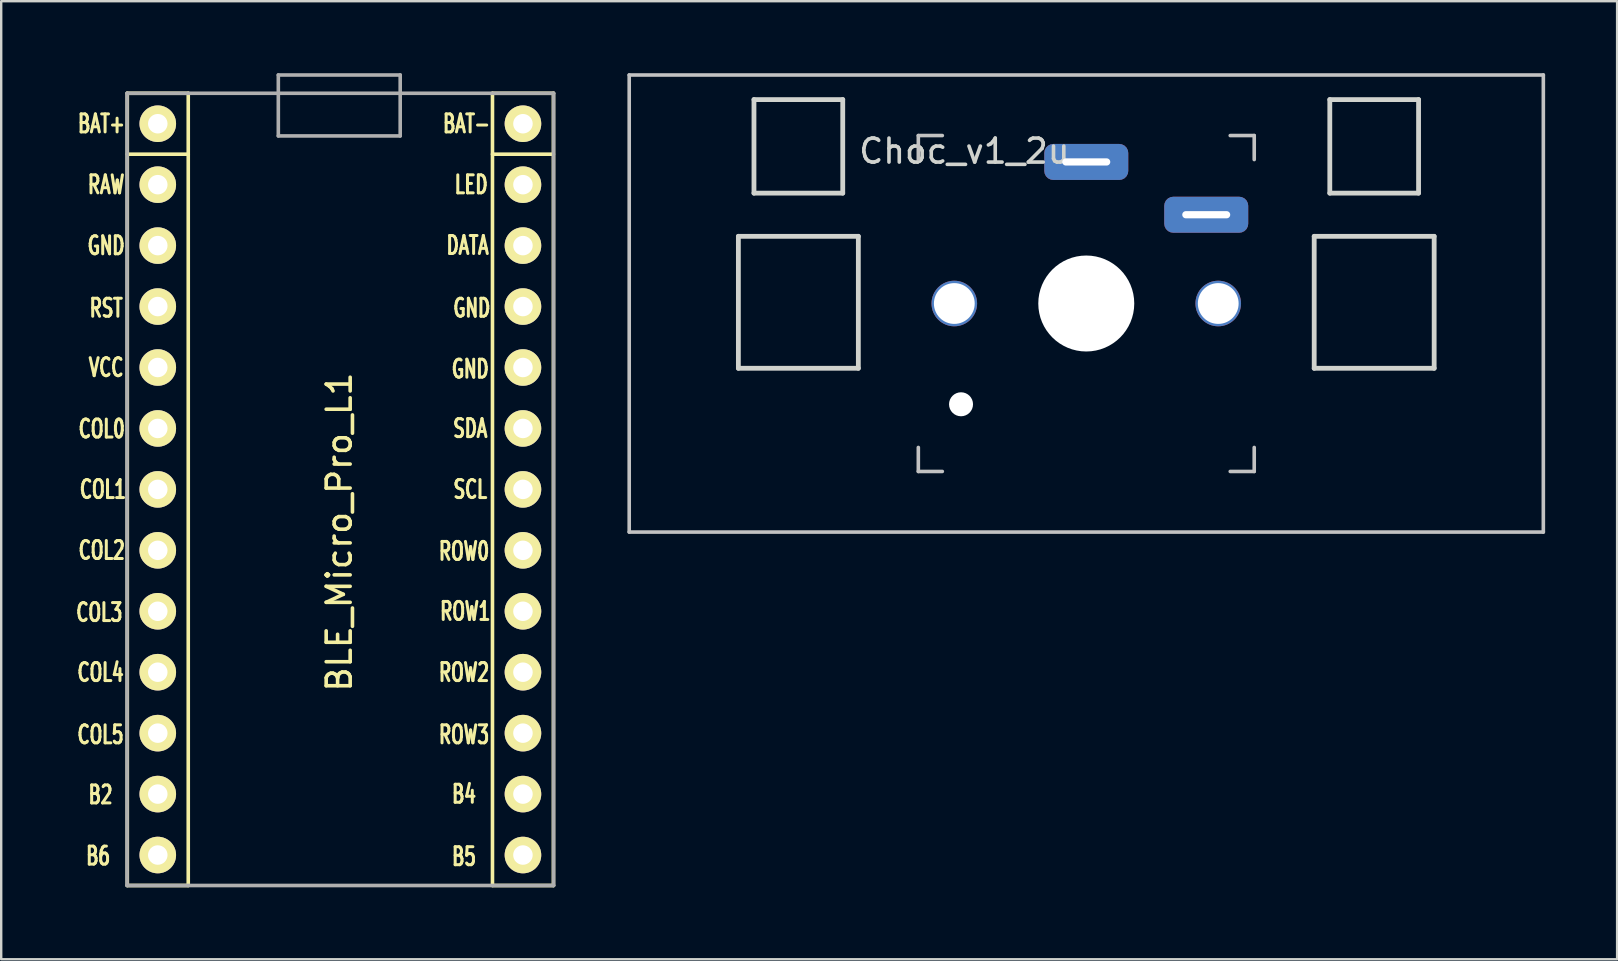
<source format=kicad_pcb>
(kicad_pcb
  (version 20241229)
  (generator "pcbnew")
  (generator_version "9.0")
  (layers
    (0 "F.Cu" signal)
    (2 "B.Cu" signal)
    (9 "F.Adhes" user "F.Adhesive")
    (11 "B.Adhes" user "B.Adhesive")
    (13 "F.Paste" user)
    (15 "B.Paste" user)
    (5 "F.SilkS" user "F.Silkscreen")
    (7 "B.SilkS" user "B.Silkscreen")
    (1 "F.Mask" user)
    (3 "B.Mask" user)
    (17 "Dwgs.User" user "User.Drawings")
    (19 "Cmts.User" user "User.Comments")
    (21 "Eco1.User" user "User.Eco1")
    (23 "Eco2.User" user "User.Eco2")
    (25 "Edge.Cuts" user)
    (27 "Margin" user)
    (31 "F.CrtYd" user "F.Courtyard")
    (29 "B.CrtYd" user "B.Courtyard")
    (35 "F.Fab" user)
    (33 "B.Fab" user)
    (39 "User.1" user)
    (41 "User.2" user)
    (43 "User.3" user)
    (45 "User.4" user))
  (footprint "Choc_v1_2u"
    (layer "F.Cu")
    (at 42.225 9.6)
    (property "Reference" "Choc_v1_2u" (at -5.08 -6.35 180) (layer "Edge.Cuts") (effects (font (size 1 1) (thickness 0.15))))
    (attr through_hole)
    (fp_line (start -19.05 -9.525) (end 19.05 -9.525) (stroke (width 0.15) (type solid)) (layer "Dwgs.User"))
    (fp_line (start -19.05 9.525) (end -19.05 -9.525) (stroke (width 0.15) (type solid)) (layer "Dwgs.User"))
    (fp_line (start -7 -7) (end -6 -7) (stroke (width 0.15) (type solid)) (layer "Dwgs.User"))
    (fp_line (start -7 -6) (end -7 -7) (stroke (width 0.15) (type solid)) (layer "Dwgs.User"))
    (fp_line (start -7 7) (end -7 6) (stroke (width 0.15) (type solid)) (layer "Dwgs.User"))
    (fp_line (start -6 7) (end -7 7) (stroke (width 0.15) (type solid)) (layer "Dwgs.User"))
    (fp_line (start 6 7) (end 7 7) (stroke (width 0.15) (type solid)) (layer "Dwgs.User"))
    (fp_line (start 7 -7) (end 6 -7) (stroke (width 0.15) (type solid)) (layer "Dwgs.User"))
    (fp_line (start 7 -6) (end 7 -7) (stroke (width 0.15) (type solid)) (layer "Dwgs.User"))
    (fp_line (start 7 7) (end 7 6) (stroke (width 0.15) (type solid)) (layer "Dwgs.User"))
    (fp_line (start 19.05 -9.525) (end 19.05 9.525) (stroke (width 0.15) (type solid)) (layer "Dwgs.User"))
    (fp_line (start 19.05 9.525) (end -19.05 9.525) (stroke (width 0.15) (type solid)) (layer "Dwgs.User"))
    (fp_line (start -14.5 -2.8) (end -9.5 -2.8) (stroke (width 0.2) (type solid)) (layer "Edge.Cuts"))
    (fp_line (start -14.5 2.7) (end -14.5 -2.8) (stroke (width 0.2) (type solid)) (layer "Edge.Cuts"))
    (fp_line (start -13.85 -8.5) (end -10.15 -8.5) (stroke (width 0.2) (type solid)) (layer "Edge.Cuts"))
    (fp_line (start -13.85 -4.6) (end -13.85 -8.5) (stroke (width 0.2) (type solid)) (layer "Edge.Cuts"))
    (fp_line (start -10.15 -8.5) (end -10.15 -4.6) (stroke (width 0.2) (type solid)) (layer "Edge.Cuts"))
    (fp_line (start -10.15 -4.6) (end -13.85 -4.6) (stroke (width 0.2) (type solid)) (layer "Edge.Cuts"))
    (fp_line (start -9.5 -2.8) (end -9.5 2.7) (stroke (width 0.2) (type solid)) (layer "Edge.Cuts"))
    (fp_line (start -9.5 2.7) (end -14.5 2.7) (stroke (width 0.2) (type solid)) (layer "Edge.Cuts"))
    (fp_line (start 9.5 -2.8) (end 9.5 2.7) (stroke (width 0.2) (type solid)) (layer "Edge.Cuts"))
    (fp_line (start 9.5 2.7) (end 14.5 2.7) (stroke (width 0.2) (type solid)) (layer "Edge.Cuts"))
    (fp_line (start 10.15 -8.5) (end 10.15 -4.6) (stroke (width 0.2) (type solid)) (layer "Edge.Cuts"))
    (fp_line (start 10.15 -4.6) (end 13.85 -4.6) (stroke (width 0.2) (type solid)) (layer "Edge.Cuts"))
    (fp_line (start 13.85 -8.5) (end 10.15 -8.5) (stroke (width 0.2) (type solid)) (layer "Edge.Cuts"))
    (fp_line (start 13.85 -8.5) (end 13.85 -4.6) (stroke (width 0.2) (type solid)) (layer "Edge.Cuts"))
    (fp_line (start 14.5 -2.8) (end 9.5 -2.8) (stroke (width 0.2) (type solid)) (layer "Edge.Cuts"))
    (fp_line (start 14.5 2.7) (end 14.5 -2.8) (stroke (width 0.2) (type solid)) (layer "Edge.Cuts"))
    (pad "" np_thru_hole circle (at -5.5 0 90) (size 1.9 1.9) (drill 1.7) (layers "*.Cu" "*.Mask"))
    (pad "" np_thru_hole circle (at -5.22 4.2) (size 1 1) (drill 1) (layers "*.Cu" "*.Mask"))
    (pad "" np_thru_hole circle (at 0 0 90) (size 4 4) (drill 4) (layers "*.Cu" "*.Mask"))
    (pad "" np_thru_hole circle (at 5.5 0 90) (size 1.9 1.9) (drill 1.7) (layers "*.Cu" "*.Mask"))
    (pad "1" thru_hole roundrect (at 5 -3.7) (size 3.5 1.5) (drill oval 2 0.3) (layers "*.Cu" "*.Mask") (roundrect_rratio 0.25))
    (pad "2" thru_hole roundrect (at 0 -5.9) (size 3.5 1.5) (drill oval 2 0.3) (layers "*.Cu" "*.Mask") (roundrect_rratio 0.25)))
  (footprint "BLE_Micro_Pro_L1"
    (layer "F.Cu")
    (at 11.09 19.125)
    (property "Reference" "BLE_Micro_Pro_L1" (at 0 0 270) (layer "F.SilkS") (effects (font (size 1 1) (thickness 0.15))))
    (attr through_hole)
    (fp_line (start -8.834 -18.288) (end -6.294 -18.288) (stroke (width 0.15) (type solid)) (layer "F.SilkS"))
    (fp_line (start -8.834 -15.748) (end -6.294 -15.748) (stroke (width 0.15) (type solid)) (layer "F.SilkS"))
    (fp_line (start -8.834 14.732) (end -8.834 -18.288) (stroke (width 0.15) (type solid)) (layer "F.SilkS"))
    (fp_line (start -6.294 -18.288) (end -6.294 14.732) (stroke (width 0.15) (type solid)) (layer "F.SilkS"))
    (fp_line (start -6.294 14.732) (end -8.834 14.732) (stroke (width 0.15) (type solid)) (layer "F.SilkS"))
    (fp_line (start 6.386 -18.288) (end 8.926 -18.288) (stroke (width 0.15) (type solid)) (layer "F.SilkS"))
    (fp_line (start 6.386 -15.748) (end 8.926 -15.748) (stroke (width 0.15) (type solid)) (layer "F.SilkS"))
    (fp_line (start 6.386 14.732) (end 6.386 -18.288) (stroke (width 0.15) (type solid)) (layer "F.SilkS"))
    (fp_line (start 8.926 -18.288) (end 8.926 14.732) (stroke (width 0.15) (type solid)) (layer "F.SilkS"))
    (fp_line (start 8.926 14.732) (end 6.386 14.732) (stroke (width 0.15) (type solid)) (layer "F.SilkS"))
    (fp_line (start -8.845 -18.288) (end 8.935 -18.288) (stroke (width 0.15) (type solid)) (layer "F.Fab"))
    (fp_line (start -8.845 14.732) (end -8.845 -18.288) (stroke (width 0.15) (type solid)) (layer "F.Fab"))
    (fp_line (start -2.54 -19.05) (end -2.54 -16.51) (stroke (width 0.15) (type solid)) (layer "F.Fab"))
    (fp_line (start -2.54 -16.51) (end 2.54 -16.51) (stroke (width 0.15) (type solid)) (layer "F.Fab"))
    (fp_line (start 2.54 -19.05) (end -2.54 -19.05) (stroke (width 0.15) (type solid)) (layer "F.Fab"))
    (fp_line (start 2.54 -16.51) (end 2.54 -19.05) (stroke (width 0.15) (type solid)) (layer "F.Fab"))
    (fp_line (start 8.935 -18.288) (end 8.935 14.732) (stroke (width 0.15) (type solid)) (layer "F.Fab"))
    (fp_line (start 8.935 14.732) (end -8.845 14.732) (stroke (width 0.15) (type solid)) (layer "F.Fab"))
    (fp_text user "GND" (at -9.716 -11.938 0) (layer "F.SilkS") (effects (font (size 0.75 0.5) (thickness 0.125))))
    (fp_text user "B2" (at -9.95 10.95 0) (layer "F.SilkS") (effects (font (size 0.75 0.5) (thickness 0.125))))
    (fp_text user "ROW3" (at 5.2 8.445 0) (layer "F.SilkS") (effects (font (size 0.75 0.5) (thickness 0.125))))
    (fp_text user "VCC" (at -9.716 -6.858 0) (layer "F.SilkS") (effects (font (size 0.75 0.5) (thickness 0.125))))
    (fp_text user "COL4" (at -9.95 5.85 0) (layer "F.SilkS") (effects (font (size 0.75 0.5) (thickness 0.125))))
    (fp_text user "LED" (at 5.5 -14.478 0) (layer "F.SilkS") (effects (font (size 0.75 0.5) (thickness 0.125))))
    (fp_text user "B5" (at 5.2 13.525 0) (layer "F.SilkS") (effects (font (size 0.75 0.5) (thickness 0.125))))
    (fp_text user "BAT+" (at -9.915 -17.018 0) (layer "F.SilkS") (effects (font (size 0.75 0.5) (thickness 0.125))))
    (fp_text user "RST" (at -9.716 -9.335 0) (layer "F.SilkS") (effects (font (size 0.75 0.5) (thickness 0.125))))
    (fp_text user "COL3" (at -10 3.35 0) (layer "F.SilkS") (effects (font (size 0.75 0.5) (thickness 0.125))))
    (fp_text user "RAW" (at -9.716 -14.478 0) (layer "F.SilkS") (effects (font (size 0.75 0.5) (thickness 0.125))))
    (fp_text user "DATA" (at 5.35 -11.95 0) (layer "F.SilkS") (effects (font (size 0.75 0.5) (thickness 0.125))))
    (fp_text user "COL1" (at -9.85 -1.778 0) (layer "F.SilkS") (effects (font (size 0.75 0.5) (thickness 0.125))))
    (fp_text user "COL0" (at -9.9 -4.3 0) (layer "F.SilkS") (effects (font (size 0.75 0.5) (thickness 0.125))))
    (fp_text user "BAT-" (at 5.3 -17.018 0) (layer "F.SilkS") (effects (font (size 0.75 0.5) (thickness 0.125))))
    (fp_text user "SDA" (at 5.461 -4.318 0) (layer "F.SilkS") (effects (font (size 0.75 0.5) (thickness 0.125))))
    (fp_text user "COL5" (at -9.95 8.445 0) (layer "F.SilkS") (effects (font (size 0.75 0.5) (thickness 0.125))))
    (fp_text user "ROW0" (at 5.2 0.8 0) (layer "F.SilkS") (effects (font (size 0.75 0.5) (thickness 0.125))))
    (fp_text user "ROW2" (at 5.2 5.85 0) (layer "F.SilkS") (effects (font (size 0.75 0.5) (thickness 0.125))))
    (fp_text user "B6" (at -10.05 13.5 0) (layer "F.SilkS") (effects (font (size 0.75 0.5) (thickness 0.125))))
    (fp_text user "SCL" (at 5.461 -1.778 0) (layer "F.SilkS") (effects (font (size 0.75 0.5) (thickness 0.125))))
    (fp_text user "COL2" (at -9.9 0.762 0) (layer "F.SilkS") (effects (font (size 0.75 0.5) (thickness 0.125))))
    (fp_text user "ROW1" (at 5.25 3.302 0) (layer "F.SilkS") (effects (font (size 0.75 0.5) (thickness 0.125))))
    (fp_text user "" (at -0.5 -17.25 0) (layer "F.SilkS") (effects (font (size 1 1) (thickness 0.15))))
    (fp_text user "B4" (at 5.2 10.922 0) (layer "F.SilkS") (effects (font (size 0.75 0.5) (thickness 0.125))))
    (fp_text user "GND" (at 5.524 -9.335 0) (layer "F.SilkS") (effects (font (size 0.75 0.5) (thickness 0.125))))
    (fp_text user "GND" (at 5.461 -6.795 0) (layer "F.SilkS") (effects (font (size 0.75 0.5) (thickness 0.125))))
    (fp_text user "" (at -1.206 -16.256 0) (layer "B.SilkS") (effects (font (size 1 1) (thickness 0.15)) (justify mirror)))
    (pad "1" thru_hole circle (at 7.656 -14.478) (size 1.524 1.524) (drill 0.813) (layers "*.Cu" "*.Mask" "F.SilkS"))
    (pad "2" thru_hole circle (at 7.656 -11.938) (size 1.524 1.524) (drill 0.813) (layers "*.Cu" "*.Mask" "F.SilkS"))
    (pad "3" thru_hole circle (at 7.656 -9.398) (size 1.524 1.524) (drill 0.813) (layers "*.Cu" "*.Mask" "F.SilkS"))
    (pad "4" thru_hole circle (at 7.656 -6.858) (size 1.524 1.524) (drill 0.813) (layers "*.Cu" "*.Mask" "F.SilkS"))
    (pad "5" thru_hole circle (at 7.656 -4.318) (size 1.524 1.524) (drill 0.813) (layers "*.Cu" "*.Mask" "F.SilkS"))
    (pad "6" thru_hole circle (at 7.656 -1.778) (size 1.524 1.524) (drill 0.813) (layers "*.Cu" "*.Mask" "F.SilkS"))
    (pad "7" thru_hole circle (at 7.656 0.762) (size 1.524 1.524) (drill 0.813) (layers "*.Cu" "*.Mask" "F.SilkS"))
    (pad "8" thru_hole circle (at 7.656 3.302) (size 1.524 1.524) (drill 0.813) (layers "*.Cu" "*.Mask" "F.SilkS"))
    (pad "9" thru_hole circle (at 7.656 5.842) (size 1.524 1.524) (drill 0.813) (layers "*.Cu" "*.Mask" "F.SilkS"))
    (pad "10" thru_hole circle (at 7.656 8.382) (size 1.524 1.524) (drill 0.813) (layers "*.Cu" "*.Mask" "F.SilkS"))
    (pad "11" thru_hole circle (at 7.656 10.922) (size 1.524 1.524) (drill 0.813) (layers "*.Cu" "*.Mask" "F.SilkS"))
    (pad "12" thru_hole circle (at 7.656 13.462) (size 1.524 1.524) (drill 0.813) (layers "*.Cu" "*.Mask" "F.SilkS"))
    (pad "13" thru_hole circle (at -7.564 13.462) (size 1.524 1.524) (drill 0.813) (layers "*.Cu" "*.Mask" "F.SilkS"))
    (pad "14" thru_hole circle (at -7.564 10.922) (size 1.524 1.524) (drill 0.813) (layers "*.Cu" "*.Mask" "F.SilkS"))
    (pad "15" thru_hole circle (at -7.564 8.382) (size 1.524 1.524) (drill 0.813) (layers "*.Cu" "*.Mask" "F.SilkS"))
    (pad "16" thru_hole circle (at -7.564 5.842) (size 1.524 1.524) (drill 0.813) (layers "*.Cu" "*.Mask" "F.SilkS"))
    (pad "17" thru_hole circle (at -7.564 3.302) (size 1.524 1.524) (drill 0.813) (layers "*.Cu" "*.Mask" "F.SilkS"))
    (pad "18" thru_hole circle (at -7.564 0.762) (size 1.524 1.524) (drill 0.813) (layers "*.Cu" "*.Mask" "F.SilkS"))
    (pad "19" thru_hole circle (at -7.564 -1.778) (size 1.524 1.524) (drill 0.813) (layers "*.Cu" "*.Mask" "F.SilkS"))
    (pad "20" thru_hole circle (at -7.564 -4.318) (size 1.524 1.524) (drill 0.813) (layers "*.Cu" "*.Mask" "F.SilkS"))
    (pad "21" thru_hole circle (at -7.564 -6.858) (size 1.524 1.524) (drill 0.813) (layers "*.Cu" "*.Mask" "F.SilkS"))
    (pad "22" thru_hole circle (at -7.564 -9.398) (size 1.524 1.524) (drill 0.813) (layers "*.Cu" "*.Mask" "F.SilkS"))
    (pad "23" thru_hole circle (at -7.564 -11.938) (size 1.524 1.524) (drill 0.813) (layers "*.Cu" "*.Mask" "F.SilkS"))
    (pad "24" thru_hole circle (at -7.564 -14.478) (size 1.524 1.524) (drill 0.813) (layers "*.Cu" "*.Mask" "F.SilkS"))
    (pad "25" thru_hole circle (at -7.564 -17.018) (size 1.524 1.524) (drill 0.813) (layers "*.Cu" "*.Mask" "F.SilkS"))
    (pad "26" thru_hole circle (at 7.656 -17.018) (size 1.524 1.524) (drill 0.813) (layers "*.Cu" "*.Mask" "F.SilkS")))
  (gr_rect
    (start -3 -3)
    (end 64.35 36.932)
    (stroke (width 0.1) (type default))
    (fill no)
    (layer "Edge.Cuts")))
</source>
